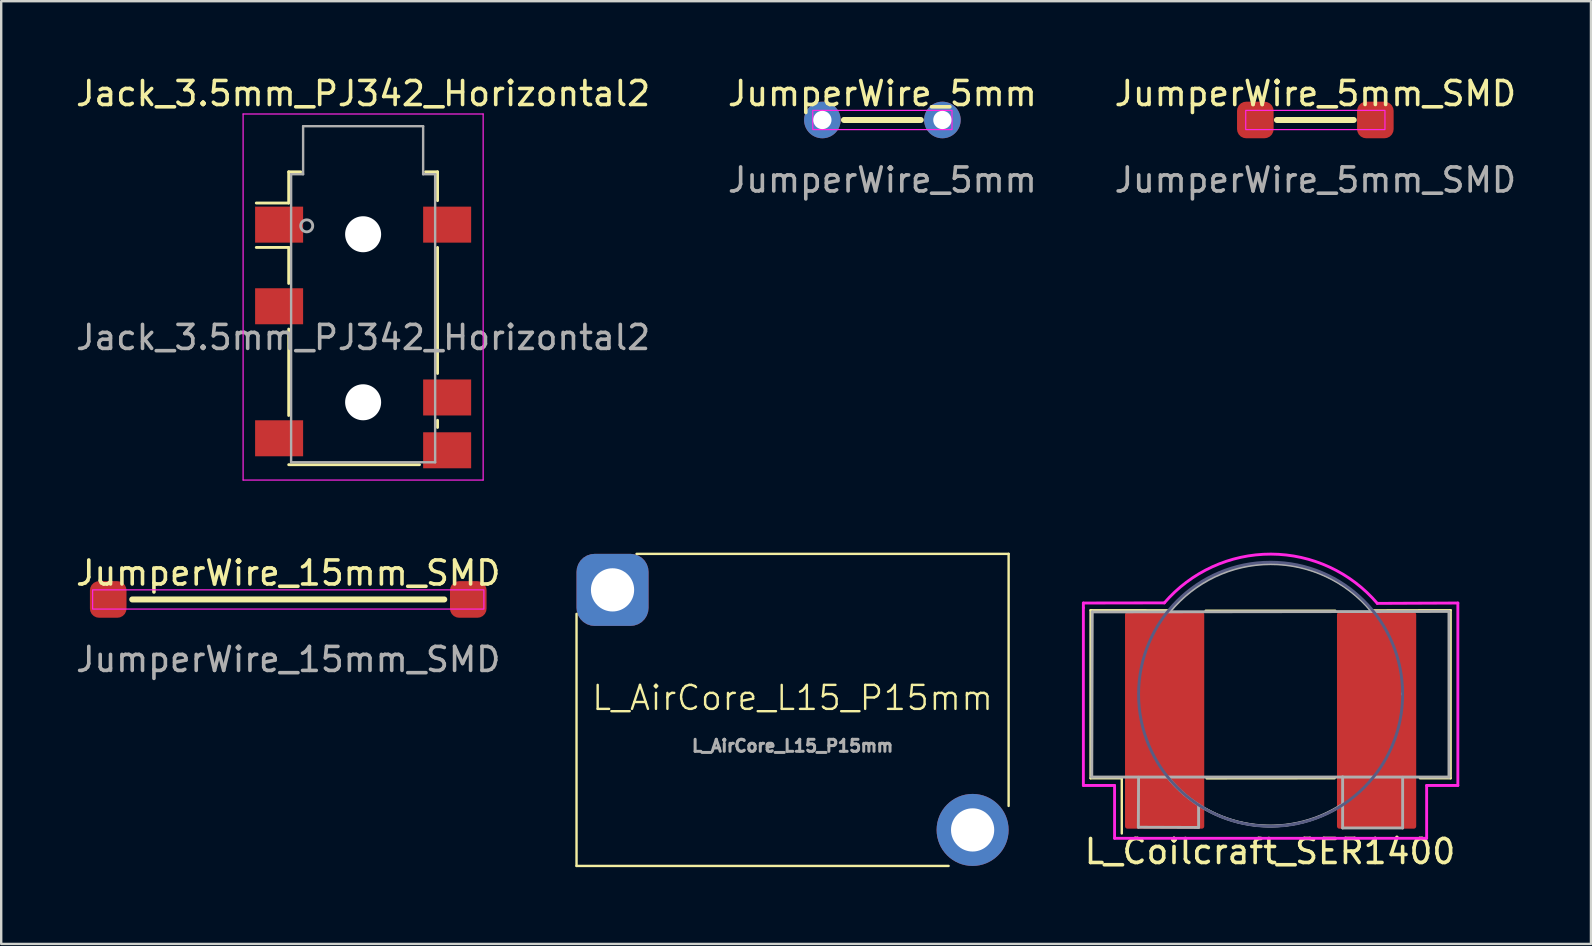
<source format=kicad_pcb>
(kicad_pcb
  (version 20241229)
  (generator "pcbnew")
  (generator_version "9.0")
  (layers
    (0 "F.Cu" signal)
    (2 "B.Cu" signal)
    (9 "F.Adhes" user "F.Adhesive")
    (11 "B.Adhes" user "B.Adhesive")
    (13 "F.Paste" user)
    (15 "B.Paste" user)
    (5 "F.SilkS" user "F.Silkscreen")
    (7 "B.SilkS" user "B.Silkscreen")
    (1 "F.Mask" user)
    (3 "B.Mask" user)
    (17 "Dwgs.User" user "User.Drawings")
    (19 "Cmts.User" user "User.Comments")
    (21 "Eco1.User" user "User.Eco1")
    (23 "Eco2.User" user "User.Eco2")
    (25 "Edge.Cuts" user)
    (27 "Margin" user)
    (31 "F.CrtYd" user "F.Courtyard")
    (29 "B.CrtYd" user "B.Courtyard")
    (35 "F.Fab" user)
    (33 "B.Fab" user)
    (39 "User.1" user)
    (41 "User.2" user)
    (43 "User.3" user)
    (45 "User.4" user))
  (footprint "JumperWire_15mm_SMD"
    (layer "F.Cu")
    (at 8.958 21.922)
    (property "Reference" "JumperWire_15mm_SMD" (at 0 -1.1 0) (unlocked yes) (layer "F.SilkS") (effects (font (size 1 1) (thickness 0.15))))
    (attr through_hole)
    (fp_line (start -6.5 0) (end 6.5 0) (stroke (width 0.25) (type solid)) (layer "F.SilkS"))
    (fp_rect (start -8.15 -0.4) (end 8.15 0.4) (stroke (width 0.05) (type solid)) (fill no) (layer "F.CrtYd"))
    (fp_text user "${REFERENCE}" (at 0 2.5 0) (unlocked yes) (layer "F.Fab") (effects (font (size 1 1) (thickness 0.15))))
    (pad "1" smd roundrect (at -7.5 0) (size 1.524 1.524) (layers "F.Cu" "F.Mask" "F.Paste") (roundrect_rratio 0.25))
    (pad "2" smd roundrect (at 7.5 0) (size 1.524 1.524) (layers "F.Cu" "F.Mask" "F.Paste") (roundrect_rratio 0.25)))
  (footprint "L_AirCore_L15_P15mm"
    (layer "F.Cu")
    (at 29.967 26.523)
    (property "Reference" "L_AirCore_L15_P15mm" (at 0 -0.5 0) (unlocked yes) (layer "F.SilkS") (effects (font (size 1 1) (thickness 0.1))))
    (attr through_hole)
    (fp_line (start -9 -4) (end -9 6.5) (stroke (width 0.1) (type default)) (layer "F.SilkS"))
    (fp_line (start -9 6.5) (end 6.5 6.5) (stroke (width 0.1) (type default)) (layer "F.SilkS"))
    (fp_line (start -6.5 -6.5) (end 9 -6.5) (stroke (width 0.1) (type default)) (layer "F.SilkS"))
    (fp_line (start 9 -6.5) (end 9 4) (stroke (width 0.1) (type default)) (layer "F.SilkS"))
    (fp_text user "${REFERENCE}" (at 0 1.5 0) (unlocked yes) (layer "F.Fab") (effects (font (size 0.5 0.5) (thickness 0.15))))
    (pad "1" thru_hole roundrect (at -7.5 -5) (size 3 3) (drill 1.8) (layers "*.Cu" "*.Mask") (roundrect_rratio 0.25))
    (pad "2" thru_hole circle (at 7.5 5) (size 3 3) (drill 1.8) (layers "*.Cu" "*.Mask")))
  (footprint "JumperWire_5mm_SMD"
    (layer "F.Cu")
    (at 51.744 1.948)
    (property "Reference" "JumperWire_5mm_SMD" (at 0 -1.1 0) (unlocked yes) (layer "F.SilkS") (effects (font (size 1 1) (thickness 0.15))))
    (attr through_hole)
    (fp_line (start -1.6 0) (end 1.6 0) (stroke (width 0.25) (type solid)) (layer "F.SilkS"))
    (fp_rect (start -2.9 -0.4) (end 2.9 0.4) (stroke (width 0.05) (type solid)) (fill no) (layer "F.CrtYd"))
    (fp_text user "${REFERENCE}" (at 0 2.5 0) (unlocked yes) (layer "F.Fab") (effects (font (size 1 1) (thickness 0.15))))
    (pad "1" smd roundrect (at -2.5 0) (size 1.524 1.524) (layers "F.Cu" "F.Mask" "F.Paste") (roundrect_rratio 0.25))
    (pad "2" smd roundrect (at 2.5 0) (size 1.524 1.524) (layers "F.Cu" "F.Mask" "F.Paste") (roundrect_rratio 0.25)))
  (footprint "L_Coilcraft_SER1400"
    (layer "F.Cu")
    (at 49.881 25.871)
    (property "Reference" "L_Coilcraft_SER1400" (at -0.025 6.553 0) (layer "F.SilkS") (effects (font (size 1 1) (thickness 0.15))))
    (attr through_hole)
    (fp_line (start -7.5 -3.5) (end -7.5 3.5) (stroke (width 0.1) (type solid)) (layer "F.SilkS"))
    (fp_line (start -7.5 -3.5) (end -4.195 -3.496) (stroke (width 0.1) (type solid)) (layer "F.SilkS"))
    (fp_line (start -7.5 3.5) (end -6.2 3.5) (stroke (width 0.1) (type solid)) (layer "F.SilkS"))
    (fp_line (start -6.2 3.5) (end -6.2 5.8) (stroke (width 0.1) (type solid)) (layer "F.SilkS"))
    (fp_line (start -2.705 -3.48) (end 2.692 -3.48) (stroke (width 0.1) (type solid)) (layer "F.SilkS"))
    (fp_line (start -2.667 3.505) (end 2.667 3.5) (stroke (width 0.1) (type solid)) (layer "F.SilkS"))
    (fp_line (start 4.191 -3.493) (end 7.5 -3.5) (stroke (width 0.1) (type solid)) (layer "F.SilkS"))
    (fp_line (start 7.5 -3.5) (end 7.5 3.5) (stroke (width 0.1) (type solid)) (layer "F.SilkS"))
    (fp_line (start 7.5 3.5) (end 6.223 3.5) (stroke (width 0.1) (type solid)) (layer "F.SilkS"))
    (fp_arc (start -4.191 -3.4925) (mid 0 -5.455459) (end 4.191 -3.4925) (stroke (width 0.1) (type solid)) (layer "F.SilkS"))
    (fp_arc (start 2.7178 4.7752) (mid 0 5.494449) (end -2.7178 4.7752) (stroke (width 0.1) (type solid)) (layer "F.SilkS"))
    (fp_line (start -7.8 -3.8) (end -7.8 -3.6) (stroke (width 0.12) (type solid)) (layer "F.CrtYd"))
    (fp_line (start -7.8 3.8) (end -7.8 -3.6) (stroke (width 0.12) (type solid)) (layer "F.CrtYd"))
    (fp_line (start -6.5 3.8) (end -7.8 3.8) (stroke (width 0.12) (type solid)) (layer "F.CrtYd"))
    (fp_line (start -6.5 3.8) (end -6.5 6) (stroke (width 0.12) (type solid)) (layer "F.CrtYd"))
    (fp_line (start -6.5 6) (end 6.5 6) (stroke (width 0.12) (type solid)) (layer "F.CrtYd"))
    (fp_line (start -4.427 -3.806) (end -7.8 -3.8) (stroke (width 0.12) (type solid)) (layer "F.CrtYd"))
    (fp_line (start 6.5 3.8) (end 7.8 3.8) (stroke (width 0.12) (type solid)) (layer "F.CrtYd"))
    (fp_line (start 6.5 6) (end 6.5 3.8) (stroke (width 0.12) (type solid)) (layer "F.CrtYd"))
    (fp_line (start 7.8 -3.8) (end 4.445 -3.785) (stroke (width 0.12) (type solid)) (layer "F.CrtYd"))
    (fp_line (start 7.8 3.8) (end 7.8 -3.8) (stroke (width 0.12) (type solid)) (layer "F.CrtYd"))
    (fp_arc (start -4.426643 -3.806055) (mid 0.014118 -5.837895) (end 4.445 -3.7846) (stroke (width 0.12) (type solid)) (layer "F.CrtYd"))
    (fp_circle (center 0 0) (end 5.5 0) (stroke (width 0.12) (type solid)) (fill no) (layer "B.Fab"))
    (fp_line (start -7.45 3.45) (end -7.43 -3.43) (stroke (width 0.12) (type solid)) (layer "F.Fab"))
    (fp_line (start -7.43 -3.43) (end 7.43 -3.45) (stroke (width 0.12) (type solid)) (layer "F.Fab"))
    (fp_line (start -5.51 5.54) (end -5.5 3.46) (stroke (width 0.12) (type solid)) (layer "F.Fab"))
    (fp_line (start -3 4.61) (end -3 5.55) (stroke (width 0.12) (type solid)) (layer "F.Fab"))
    (fp_line (start -3 5.55) (end -5.51 5.54) (stroke (width 0.12) (type solid)) (layer "F.Fab"))
    (fp_line (start 3 3.44) (end 3 5.57) (stroke (width 0.12) (type solid)) (layer "F.Fab"))
    (fp_line (start 3 5.57) (end 5.5 5.57) (stroke (width 0.12) (type solid)) (layer "F.Fab"))
    (fp_line (start 5.49 0) (end 5.49 -0.03) (stroke (width 0.12) (type solid)) (layer "F.Fab"))
    (fp_line (start 5.5 5.57) (end 5.5 3.46) (stroke (width 0.12) (type solid)) (layer "F.Fab"))
    (fp_line (start 7.43 -3.45) (end 7.43 3.45) (stroke (width 0.12) (type solid)) (layer "F.Fab"))
    (fp_line (start 7.43 3.45) (end -7.45 3.45) (stroke (width 0.12) (type solid)) (layer "F.Fab"))
    (fp_arc (start -4.203855 -3.443159) (mid -0.000904 -5.438005) (end 4.209999 -3.459999) (stroke (width 0.12) (type solid)) (layer "F.Fab"))
    (fp_arc (start 2.981509 4.59634) (mid -0.874863 5.422601) (end -4.29 3.45) (stroke (width 0.12) (type solid)) (layer "F.Fab"))
    (pad "1" smd roundrect (at -4.415 0) (size 3.3 9.02) (drill (offset 0 1.09)) (layers "F.Cu" "F.Mask" "F.Paste") (roundrect_rratio 0.03))
    (pad "2" smd roundrect (at 4.415 0) (size 3.3 9.02) (drill (offset 0 1.09)) (layers "F.Cu" "F.Mask" "F.Paste") (roundrect_rratio 0.03)))
  (footprint "JumperWire_5mm"
    (layer "F.Cu")
    (at 33.708 1.948)
    (property "Reference" "JumperWire_5mm" (at 0 -1.1 0) (unlocked yes) (layer "F.SilkS") (effects (font (size 1 1) (thickness 0.15))))
    (attr through_hole)
    (fp_line (start -1.6 0) (end 1.6 0) (stroke (width 0.25) (type solid)) (layer "F.SilkS"))
    (fp_rect (start -2.9 -0.4) (end 2.9 0.4) (stroke (width 0.05) (type solid)) (fill no) (layer "F.CrtYd"))
    (fp_text user "${REFERENCE}" (at 0 2.5 0) (unlocked yes) (layer "F.Fab") (effects (font (size 1 1) (thickness 0.15))))
    (pad "1" thru_hole circle (at -2.5 0) (size 1.524 1.524) (drill 0.762) (layers "*.Cu" "*.Mask"))
    (pad "2" thru_hole circle (at 2.5 0) (size 1.524 1.524) (drill 0.762) (layers "*.Cu" "*.Mask")))
  (footprint "Jack_3.5mm_PJ342_Horizontal2"
    (layer "F.Cu")
    (at 12.077 11.008)
    (property "Reference" "Jack_3.5mm_PJ342_Horizontal2" (at 0 -10.16 0) (layer "F.SilkS") (effects (font (size 1 1) (thickness 0.15))))
    (attr smd)
    (fp_line (start -3.1 -6.9) (end -2.6 -6.9) (stroke (width 0.12) (type solid)) (layer "F.SilkS"))
    (fp_line (start -3.1 -5.6) (end -4.45 -5.6) (stroke (width 0.12) (type solid)) (layer "F.SilkS"))
    (fp_line (start -3.1 -5.6) (end -3.1 -6.9) (stroke (width 0.12) (type solid)) (layer "F.SilkS"))
    (fp_line (start -3.1 -3.75) (end -4.45 -3.75) (stroke (width 0.12) (type solid)) (layer "F.SilkS"))
    (fp_line (start -3.1 -2.25) (end -3.1 -3.75) (stroke (width 0.12) (type solid)) (layer "F.SilkS"))
    (fp_line (start -3.1 3.25) (end -3.1 -0.35) (stroke (width 0.12) (type solid)) (layer "F.SilkS"))
    (fp_line (start 2.35 5.3) (end -3.1 5.3) (stroke (width 0.12) (type solid)) (layer "F.SilkS"))
    (fp_line (start 2.6 -6.9) (end 3.1 -6.9) (stroke (width 0.12) (type solid)) (layer "F.SilkS"))
    (fp_line (start 3.1 -6.9) (end 3.1 -5.7) (stroke (width 0.12) (type solid)) (layer "F.SilkS"))
    (fp_line (start 3.1 -3.75) (end 3.1 1.5) (stroke (width 0.12) (type solid)) (layer "F.SilkS"))
    (fp_line (start 3.1 3.45) (end 3.1 3.75) (stroke (width 0.12) (type solid)) (layer "F.SilkS"))
    (fp_line (start -5 -9.31) (end -5 5.94) (stroke (width 0.05) (type solid)) (layer "F.CrtYd"))
    (fp_line (start -5 -9.31) (end 5 -9.31) (stroke (width 0.05) (type solid)) (layer "F.CrtYd"))
    (fp_line (start -5 5.94) (end 5 5.94) (stroke (width 0.05) (type solid)) (layer "F.CrtYd"))
    (fp_line (start 5 5.94) (end 5 -9.31) (stroke (width 0.05) (type solid)) (layer "F.CrtYd"))
    (fp_line (start -3 -6.8) (end -3 5.2) (stroke (width 0.1) (type solid)) (layer "F.Fab"))
    (fp_line (start -3 5.2) (end 3 5.2) (stroke (width 0.1) (type solid)) (layer "F.Fab"))
    (fp_line (start -2.5 -8.8) (end -2.5 -6.8) (stroke (width 0.1) (type solid)) (layer "F.Fab"))
    (fp_line (start -2.5 -6.8) (end -3 -6.8) (stroke (width 0.1) (type solid)) (layer "F.Fab"))
    (fp_line (start 2.5 -8.8) (end -2.5 -8.8) (stroke (width 0.1) (type solid)) (layer "F.Fab"))
    (fp_line (start 2.5 -6.8) (end 2.5 -8.8) (stroke (width 0.1) (type solid)) (layer "F.Fab"))
    (fp_line (start 3 -6.8) (end 2.5 -6.8) (stroke (width 0.1) (type solid)) (layer "F.Fab"))
    (fp_line (start 3 5.2) (end 3 -6.8) (stroke (width 0.1) (type solid)) (layer "F.Fab"))
    (fp_circle (center -2.35 -4.65) (end -2.1 -4.65) (stroke (width 0.12) (type solid)) (fill no) (layer "F.Fab"))
    (fp_text user "${REFERENCE}" (at 0 0 0) (layer "F.Fab") (effects (font (size 1 1) (thickness 0.15))))
    (pad "" np_thru_hole circle (at 0 -4.3) (size 1.5 1.5) (drill 1.5) (layers "*.Cu" "*.Mask"))
    (pad "" np_thru_hole circle (at 0 2.7) (size 1.5 1.5) (drill 1.5) (layers "*.Cu" "*.Mask"))
    (pad "G" smd rect (at -3.5 -4.7) (size 2 1.5) (layers "F.Cu" "F.Mask" "F.Paste"))
    (pad "R" smd rect (at -3.5 -1.3) (size 2 1.5) (layers "F.Cu" "F.Mask" "F.Paste"))
    (pad "RN" smd rect (at 3.5 4.7) (size 2 1.5) (layers "F.Cu" "F.Mask" "F.Paste"))
    (pad "S" smd rect (at 3.5 -4.7) (size 2 1.5) (layers "F.Cu" "F.Mask" "F.Paste"))
    (pad "T" smd rect (at 3.5 2.5) (size 2 1.5) (layers "F.Cu" "F.Mask" "F.Paste"))
    (pad "TN" smd rect (at -3.5 4.2) (size 2 1.5) (layers "F.Cu" "F.Mask" "F.Paste")))
  (gr_rect
    (start -3 -3)
    (end 63.226 36.273)
    (stroke (width 0.1) (type default))
    (fill no)
    (layer "Edge.Cuts")))
</source>
